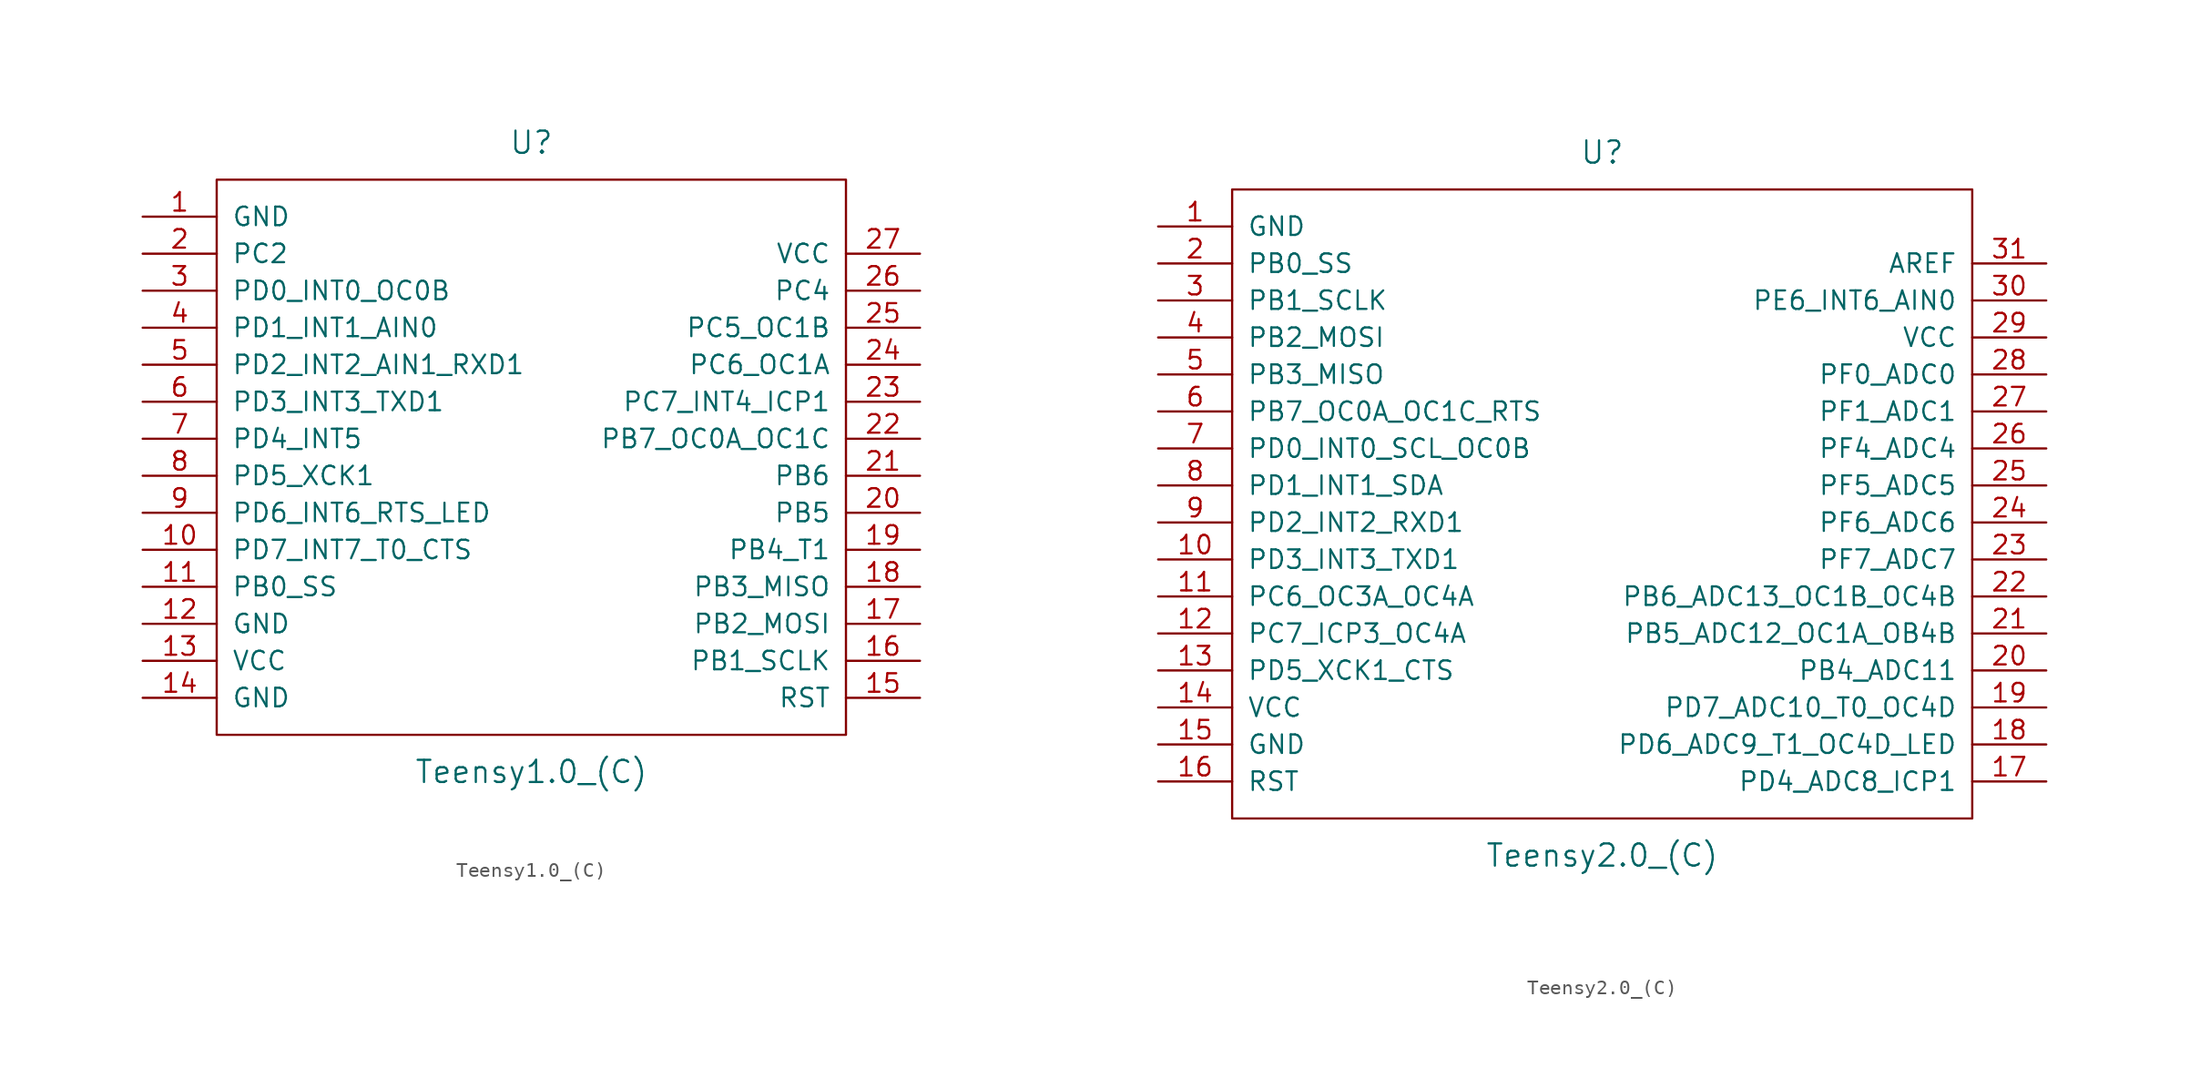
<source format=kicad_sym>
(kicad_symbol_lib
  (version 20211014)
  (generator kicad_symbol_editor)
  (symbol "Teensy1.0_(C)"
    (pin_names
      (offset 1.016))
    (property "Reference" "U"
      (at 0 21.59 0)
      (effects (font (size 1.524 1.524))))
    (property "Value" "Teensy1.0_(C)"
      (at 0 -21.59 0)
      (effects (font (size 1.524 1.524))))
    (property "Footprint" ""
      (at 2.54 -21.59 0)
      (effects (font (size 1.524 1.524))))
    (property "Datasheet" ""
      (at 2.54 -21.59 0)
      (effects (font (size 1.524 1.524))))
    (symbol "Teensy1.0_(C)_0_1"
      (rectangle (start -21.59 19.05) (end 21.59 -19.05) (stroke (width 0) (type default) (color 0 0 0 0)) (fill (type none))))
    (symbol "Teensy1.0_(C)_1_1"
      (pin power_in line (at -26.67 16.51 0) (length 5.08) (name "GND" (effects (font (size 1.27 1.27)))) (number "1" (effects (font (size 1.27 1.27)))))
      (pin bidirectional line (at -26.67 -6.35 0) (length 5.08) (name "PD7_INT7_T0_CTS" (effects (font (size 1.27 1.27)))) (number "10" (effects (font (size 1.27 1.27)))))
      (pin bidirectional line (at -26.67 -8.89 0) (length 5.08) (name "PB0_SS" (effects (font (size 1.27 1.27)))) (number "11" (effects (font (size 1.27 1.27)))))
      (pin power_in line (at -26.67 -11.43 0) (length 5.08) (name "GND" (effects (font (size 1.27 1.27)))) (number "12" (effects (font (size 1.27 1.27)))))
      (pin power_in line (at -26.67 -13.97 0) (length 5.08) (name "VCC" (effects (font (size 1.27 1.27)))) (number "13" (effects (font (size 1.27 1.27)))))
      (pin power_in line (at -26.67 -16.51 0) (length 5.08) (name "GND" (effects (font (size 1.27 1.27)))) (number "14" (effects (font (size 1.27 1.27)))))
      (pin input line (at 26.67 -16.51 180) (length 5.08) (name "RST" (effects (font (size 1.27 1.27)))) (number "15" (effects (font (size 1.27 1.27)))))
      (pin bidirectional line (at 26.67 -13.97 180) (length 5.08) (name "PB1_SCLK" (effects (font (size 1.27 1.27)))) (number "16" (effects (font (size 1.27 1.27)))))
      (pin bidirectional line (at 26.67 -11.43 180) (length 5.08) (name "PB2_MOSI" (effects (font (size 1.27 1.27)))) (number "17" (effects (font (size 1.27 1.27)))))
      (pin bidirectional line (at 26.67 -8.89 180) (length 5.08) (name "PB3_MISO" (effects (font (size 1.27 1.27)))) (number "18" (effects (font (size 1.27 1.27)))))
      (pin bidirectional line (at 26.67 -6.35 180) (length 5.08) (name "PB4_T1" (effects (font (size 1.27 1.27)))) (number "19" (effects (font (size 1.27 1.27)))))
      (pin bidirectional line (at -26.67 13.97 0) (length 5.08) (name "PC2" (effects (font (size 1.27 1.27)))) (number "2" (effects (font (size 1.27 1.27)))))
      (pin bidirectional line (at 26.67 -3.81 180) (length 5.08) (name "PB5" (effects (font (size 1.27 1.27)))) (number "20" (effects (font (size 1.27 1.27)))))
      (pin bidirectional line (at 26.67 -1.27 180) (length 5.08) (name "PB6" (effects (font (size 1.27 1.27)))) (number "21" (effects (font (size 1.27 1.27)))))
      (pin bidirectional line (at 26.67 1.27 180) (length 5.08) (name "PB7_OC0A_OC1C" (effects (font (size 1.27 1.27)))) (number "22" (effects (font (size 1.27 1.27)))))
      (pin bidirectional line (at 26.67 3.81 180) (length 5.08) (name "PC7_INT4_ICP1" (effects (font (size 1.27 1.27)))) (number "23" (effects (font (size 1.27 1.27)))))
      (pin bidirectional line (at 26.67 6.35 180) (length 5.08) (name "PC6_OC1A" (effects (font (size 1.27 1.27)))) (number "24" (effects (font (size 1.27 1.27)))))
      (pin bidirectional line (at 26.67 8.89 180) (length 5.08) (name "PC5_OC1B" (effects (font (size 1.27 1.27)))) (number "25" (effects (font (size 1.27 1.27)))))
      (pin bidirectional line (at 26.67 11.43 180) (length 5.08) (name "PC4" (effects (font (size 1.27 1.27)))) (number "26" (effects (font (size 1.27 1.27)))))
      (pin power_in line (at 26.67 13.97 180) (length 5.08) (name "VCC" (effects (font (size 1.27 1.27)))) (number "27" (effects (font (size 1.27 1.27)))))
      (pin bidirectional line (at -26.67 11.43 0) (length 5.08) (name "PD0_INT0_OC0B" (effects (font (size 1.27 1.27)))) (number "3" (effects (font (size 1.27 1.27)))))
      (pin bidirectional line (at -26.67 8.89 0) (length 5.08) (name "PD1_INT1_AIN0" (effects (font (size 1.27 1.27)))) (number "4" (effects (font (size 1.27 1.27)))))
      (pin bidirectional line (at -26.67 6.35 0) (length 5.08) (name "PD2_INT2_AIN1_RXD1" (effects (font (size 1.27 1.27)))) (number "5" (effects (font (size 1.27 1.27)))))
      (pin bidirectional line (at -26.67 3.81 0) (length 5.08) (name "PD3_INT3_TXD1" (effects (font (size 1.27 1.27)))) (number "6" (effects (font (size 1.27 1.27)))))
      (pin bidirectional line (at -26.67 1.27 0) (length 5.08) (name "PD4_INT5" (effects (font (size 1.27 1.27)))) (number "7" (effects (font (size 1.27 1.27)))))
      (pin bidirectional line (at -26.67 -1.27 0) (length 5.08) (name "PD5_XCK1" (effects (font (size 1.27 1.27)))) (number "8" (effects (font (size 1.27 1.27)))))
      (pin bidirectional line (at -26.67 -3.81 0) (length 5.08) (name "PD6_INT6_RTS_LED" (effects (font (size 1.27 1.27)))) (number "9" (effects (font (size 1.27 1.27)))))))
  (symbol "Teensy2.0_(C)"
    (pin_names
      (offset 1.016))
    (property "Reference" "U"
      (at 0 24.13 0)
      (effects (font (size 1.524 1.524))))
    (property "Value" "Teensy2.0_(C)"
      (at 0 -24.13 0)
      (effects (font (size 1.524 1.524))))
    (property "Footprint" ""
      (at 2.54 -26.67 0)
      (effects (font (size 1.524 1.524))))
    (property "Datasheet" ""
      (at 2.54 -26.67 0)
      (effects (font (size 1.524 1.524))))
    (symbol "Teensy2.0_(C)_0_1"
      (rectangle (start -25.4 21.59) (end 25.4 -21.59) (stroke (width 0) (type default) (color 0 0 0 0)) (fill (type none))))
    (symbol "Teensy2.0_(C)_1_1"
      (pin power_in line (at -30.48 19.05 0) (length 5.08) (name "GND" (effects (font (size 1.27 1.27)))) (number "1" (effects (font (size 1.27 1.27)))))
      (pin bidirectional line (at -30.48 -3.81 0) (length 5.08) (name "PD3_INT3_TXD1" (effects (font (size 1.27 1.27)))) (number "10" (effects (font (size 1.27 1.27)))))
      (pin bidirectional line (at -30.48 -6.35 0) (length 5.08) (name "PC6_OC3A_OC4A" (effects (font (size 1.27 1.27)))) (number "11" (effects (font (size 1.27 1.27)))))
      (pin bidirectional line (at -30.48 -8.89 0) (length 5.08) (name "PC7_ICP3_OC4A" (effects (font (size 1.27 1.27)))) (number "12" (effects (font (size 1.27 1.27)))))
      (pin bidirectional line (at -30.48 -11.43 0) (length 5.08) (name "PD5_XCK1_CTS" (effects (font (size 1.27 1.27)))) (number "13" (effects (font (size 1.27 1.27)))))
      (pin power_in line (at -30.48 -13.97 0) (length 5.08) (name "VCC" (effects (font (size 1.27 1.27)))) (number "14" (effects (font (size 1.27 1.27)))))
      (pin power_in line (at -30.48 -16.51 0) (length 5.08) (name "GND" (effects (font (size 1.27 1.27)))) (number "15" (effects (font (size 1.27 1.27)))))
      (pin input line (at -30.48 -19.05 0) (length 5.08) (name "RST" (effects (font (size 1.27 1.27)))) (number "16" (effects (font (size 1.27 1.27)))))
      (pin bidirectional line (at 30.48 -19.05 180) (length 5.08) (name "PD4_ADC8_ICP1" (effects (font (size 1.27 1.27)))) (number "17" (effects (font (size 1.27 1.27)))))
      (pin bidirectional line (at 30.48 -16.51 180) (length 5.08) (name "PD6_ADC9_T1_OC4D_LED" (effects (font (size 1.27 1.27)))) (number "18" (effects (font (size 1.27 1.27)))))
      (pin bidirectional line (at 30.48 -13.97 180) (length 5.08) (name "PD7_ADC10_T0_OC4D" (effects (font (size 1.27 1.27)))) (number "19" (effects (font (size 1.27 1.27)))))
      (pin bidirectional line (at -30.48 16.51 0) (length 5.08) (name "PB0_SS" (effects (font (size 1.27 1.27)))) (number "2" (effects (font (size 1.27 1.27)))))
      (pin bidirectional line (at 30.48 -11.43 180) (length 5.08) (name "PB4_ADC11" (effects (font (size 1.27 1.27)))) (number "20" (effects (font (size 1.27 1.27)))))
      (pin bidirectional line (at 30.48 -8.89 180) (length 5.08) (name "PB5_ADC12_OC1A_OB4B" (effects (font (size 1.27 1.27)))) (number "21" (effects (font (size 1.27 1.27)))))
      (pin bidirectional line (at 30.48 -6.35 180) (length 5.08) (name "PB6_ADC13_OC1B_OC4B" (effects (font (size 1.27 1.27)))) (number "22" (effects (font (size 1.27 1.27)))))
      (pin bidirectional line (at 30.48 -3.81 180) (length 5.08) (name "PF7_ADC7" (effects (font (size 1.27 1.27)))) (number "23" (effects (font (size 1.27 1.27)))))
      (pin bidirectional line (at 30.48 -1.27 180) (length 5.08) (name "PF6_ADC6" (effects (font (size 1.27 1.27)))) (number "24" (effects (font (size 1.27 1.27)))))
      (pin bidirectional line (at 30.48 1.27 180) (length 5.08) (name "PF5_ADC5" (effects (font (size 1.27 1.27)))) (number "25" (effects (font (size 1.27 1.27)))))
      (pin bidirectional line (at 30.48 3.81 180) (length 5.08) (name "PF4_ADC4" (effects (font (size 1.27 1.27)))) (number "26" (effects (font (size 1.27 1.27)))))
      (pin bidirectional line (at 30.48 6.35 180) (length 5.08) (name "PF1_ADC1" (effects (font (size 1.27 1.27)))) (number "27" (effects (font (size 1.27 1.27)))))
      (pin bidirectional line (at 30.48 8.89 180) (length 5.08) (name "PF0_ADC0" (effects (font (size 1.27 1.27)))) (number "28" (effects (font (size 1.27 1.27)))))
      (pin power_in line (at 30.48 11.43 180) (length 5.08) (name "VCC" (effects (font (size 1.27 1.27)))) (number "29" (effects (font (size 1.27 1.27)))))
      (pin bidirectional line (at -30.48 13.97 0) (length 5.08) (name "PB1_SCLK" (effects (font (size 1.27 1.27)))) (number "3" (effects (font (size 1.27 1.27)))))
      (pin bidirectional line (at 30.48 13.97 180) (length 5.08) (name "PE6_INT6_AIN0" (effects (font (size 1.27 1.27)))) (number "30" (effects (font (size 1.27 1.27)))))
      (pin input line (at 30.48 16.51 180) (length 5.08) (name "AREF" (effects (font (size 1.27 1.27)))) (number "31" (effects (font (size 1.27 1.27)))))
      (pin bidirectional line (at -30.48 11.43 0) (length 5.08) (name "PB2_MOSI" (effects (font (size 1.27 1.27)))) (number "4" (effects (font (size 1.27 1.27)))))
      (pin bidirectional line (at -30.48 8.89 0) (length 5.08) (name "PB3_MISO" (effects (font (size 1.27 1.27)))) (number "5" (effects (font (size 1.27 1.27)))))
      (pin bidirectional line (at -30.48 6.35 0) (length 5.08) (name "PB7_OC0A_OC1C_RTS" (effects (font (size 1.27 1.27)))) (number "6" (effects (font (size 1.27 1.27)))))
      (pin bidirectional line (at -30.48 3.81 0) (length 5.08) (name "PD0_INT0_SCL_OC0B" (effects (font (size 1.27 1.27)))) (number "7" (effects (font (size 1.27 1.27)))))
      (pin bidirectional line (at -30.48 1.27 0) (length 5.08) (name "PD1_INT1_SDA" (effects (font (size 1.27 1.27)))) (number "8" (effects (font (size 1.27 1.27)))))
      (pin bidirectional line (at -30.48 -1.27 0) (length 5.08) (name "PD2_INT2_RXD1" (effects (font (size 1.27 1.27)))) (number "9" (effects (font (size 1.27 1.27))))))))
</source>
